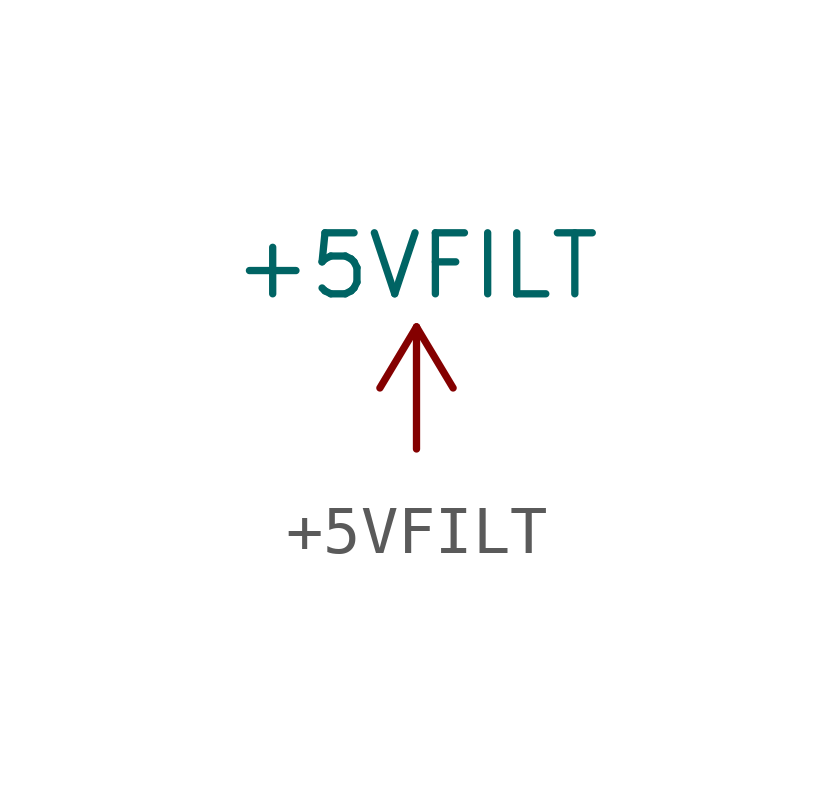
<source format=kicad_sym>
(kicad_symbol_lib
  (version 20211014)
  (generator kicad_symbol_editor)
  (symbol "+5VFILT"
    (power)
    (pin_names
      (offset 0))
    (property "Reference" "#PWR"
      (at 0 -2.54 0)
      (effects (font (size 1.27 1.27)) hide))
    (property "Value" "+5VFILT"
      (at 0 3.81 0)
      (effects (font (size 1.27 1.27))))
    (symbol "+5VFILT_1_1"
      (polyline (pts (xy -0.762 1.27) (xy 0 2.54)) (stroke (width 0) (type default) (color 0 0 0 0)) (fill (type none)))
      (polyline (pts (xy 0 0) (xy 0 2.54)) (stroke (width 0) (type default) (color 0 0 0 0)) (fill (type none)))
      (polyline (pts (xy 0 2.54) (xy 0.762 1.27)) (stroke (width 0) (type default) (color 0 0 0 0)) (fill (type none)))
      (pin power_in line (at 0 0 90) (length 0) hide (name "+5VFILT" (effects (font (size 1.27 1.27)))) (number "1" (effects (font (size 1.27 1.27))))))))
</source>
